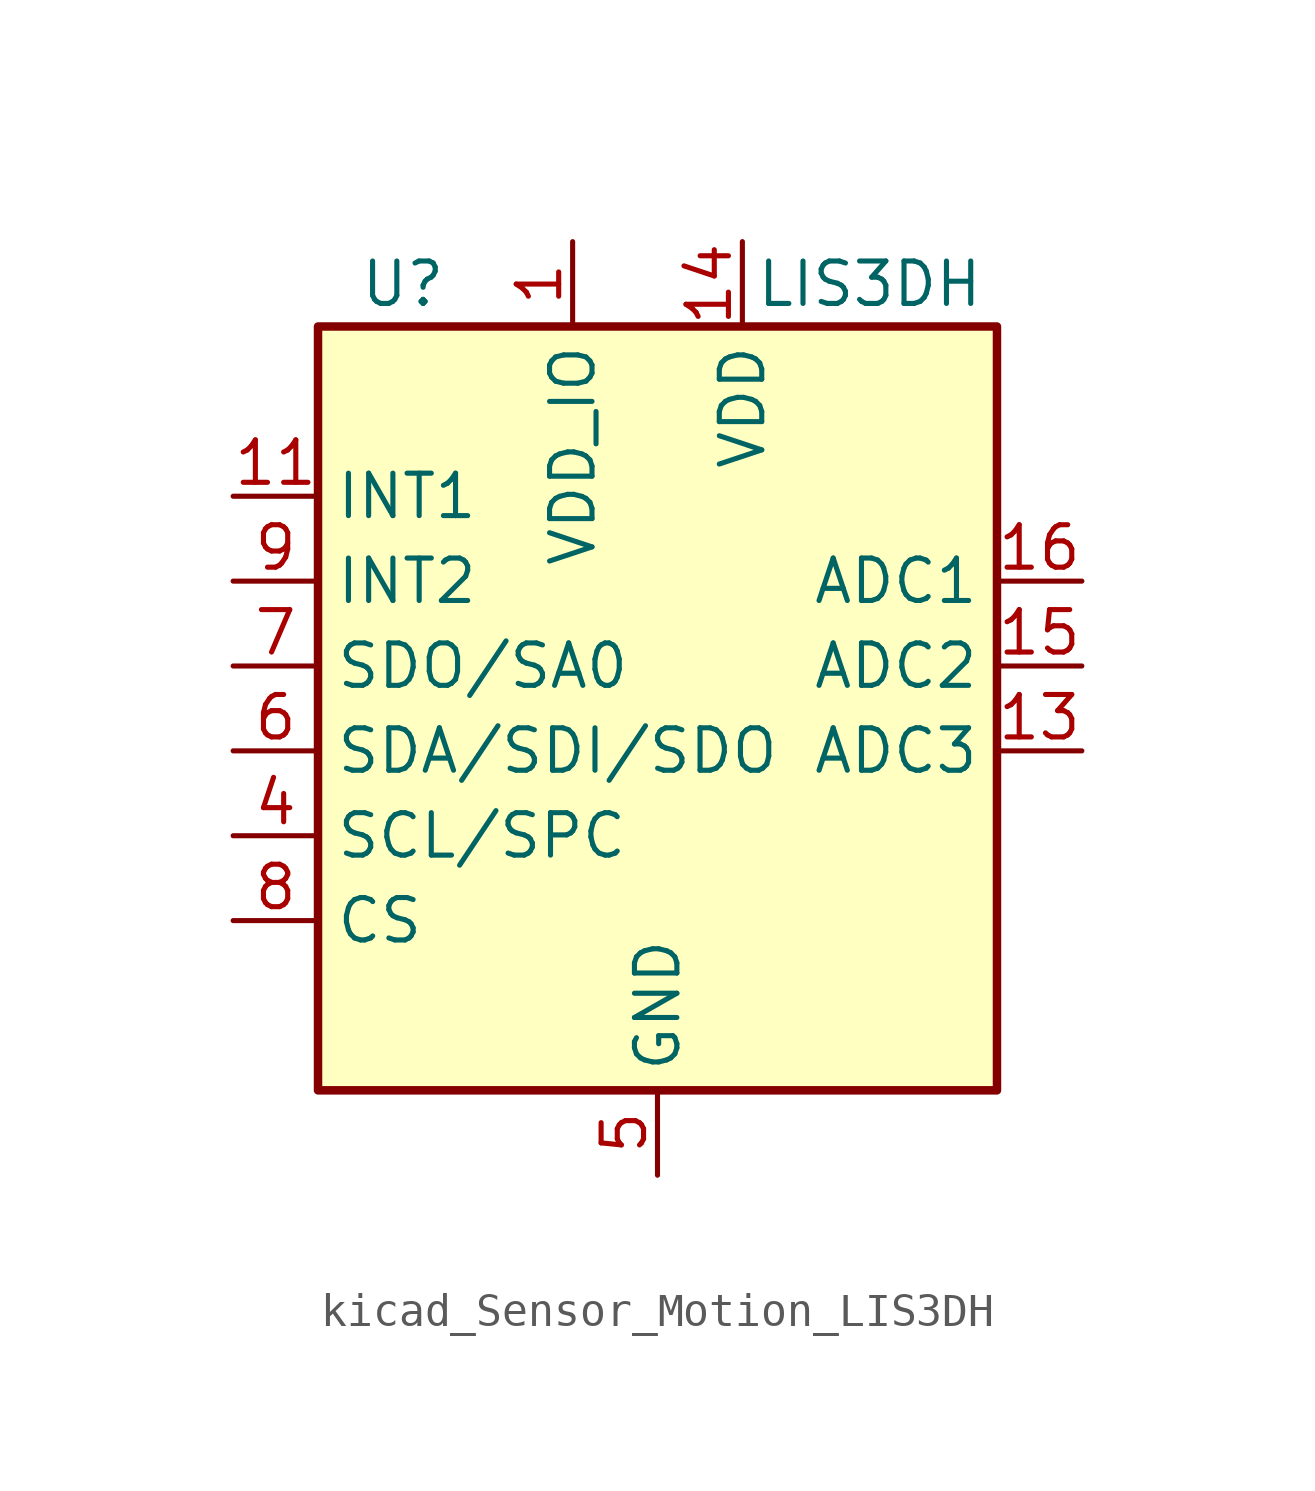
<source format=kicad_sym>
(kicad_symbol_lib
  (version 20220914)
  (generator kicad_symbol_editor)
  (symbol "kicad_Sensor_Motion_LIS3DH"
    (property "Reference" "U"
      (at -7.62 11.43 0)
      (effects (font (size 1.27 1.27))))
    (property "Value" "LIS3DH"
      (at 6.35 11.43 0)
      (effects (font (size 1.27 1.27))))
    (symbol "kicad_Sensor_Motion_LIS3DH_0_1"
      (rectangle (start -10.16 10.16) (end 10.16 -12.7) (stroke (width 0.254) (type default)) (fill (type background))))
    (symbol "kicad_Sensor_Motion_LIS3DH_1_1"
      (pin power_in line (at -2.54 12.7 270) (length 2.54) (name "VDD_IO" (effects (font (size 1.27 1.27)))) (number "1" (effects (font (size 1.27 1.27)))))
      (pin passive line (at 0 -15.24 90) (length 2.54) hide (name "GND" (effects (font (size 1.27 1.27)))) (number "10" (effects (font (size 1.27 1.27)))))
      (pin output line (at -12.7 5.08 0) (length 2.54) (name "INT1" (effects (font (size 1.27 1.27)))) (number "11" (effects (font (size 1.27 1.27)))))
      (pin passive line (at 0 -15.24 90) (length 2.54) hide (name "GND" (effects (font (size 1.27 1.27)))) (number "12" (effects (font (size 1.27 1.27)))))
      (pin input line (at 12.7 -2.54 180) (length 2.54) (name "ADC3" (effects (font (size 1.27 1.27)))) (number "13" (effects (font (size 1.27 1.27)))))
      (pin power_in line (at 2.54 12.7 270) (length 2.54) (name "VDD" (effects (font (size 1.27 1.27)))) (number "14" (effects (font (size 1.27 1.27)))))
      (pin input line (at 12.7 0 180) (length 2.54) (name "ADC2" (effects (font (size 1.27 1.27)))) (number "15" (effects (font (size 1.27 1.27)))))
      (pin input line (at 12.7 2.54 180) (length 2.54) (name "ADC1" (effects (font (size 1.27 1.27)))) (number "16" (effects (font (size 1.27 1.27)))))
      (pin no_connect line (at 10.16 5.08 180) (length 2.54) hide (name "NC" (effects (font (size 1.27 1.27)))) (number "2" (effects (font (size 1.27 1.27)))))
      (pin no_connect line (at 10.16 7.62 180) (length 2.54) hide (name "NC" (effects (font (size 1.27 1.27)))) (number "3" (effects (font (size 1.27 1.27)))))
      (pin input line (at -12.7 -5.08 0) (length 2.54) (name "SCL/SPC" (effects (font (size 1.27 1.27)))) (number "4" (effects (font (size 1.27 1.27)))))
      (pin power_in line (at 0 -15.24 90) (length 2.54) (name "GND" (effects (font (size 1.27 1.27)))) (number "5" (effects (font (size 1.27 1.27)))))
      (pin bidirectional line (at -12.7 -2.54 0) (length 2.54) (name "SDA/SDI/SDO" (effects (font (size 1.27 1.27)))) (number "6" (effects (font (size 1.27 1.27)))))
      (pin bidirectional line (at -12.7 0 0) (length 2.54) (name "SDO/SA0" (effects (font (size 1.27 1.27)))) (number "7" (effects (font (size 1.27 1.27)))))
      (pin input line (at -12.7 -7.62 0) (length 2.54) (name "CS" (effects (font (size 1.27 1.27)))) (number "8" (effects (font (size 1.27 1.27)))))
      (pin output line (at -12.7 2.54 0) (length 2.54) (name "INT2" (effects (font (size 1.27 1.27)))) (number "9" (effects (font (size 1.27 1.27))))))))
</source>
